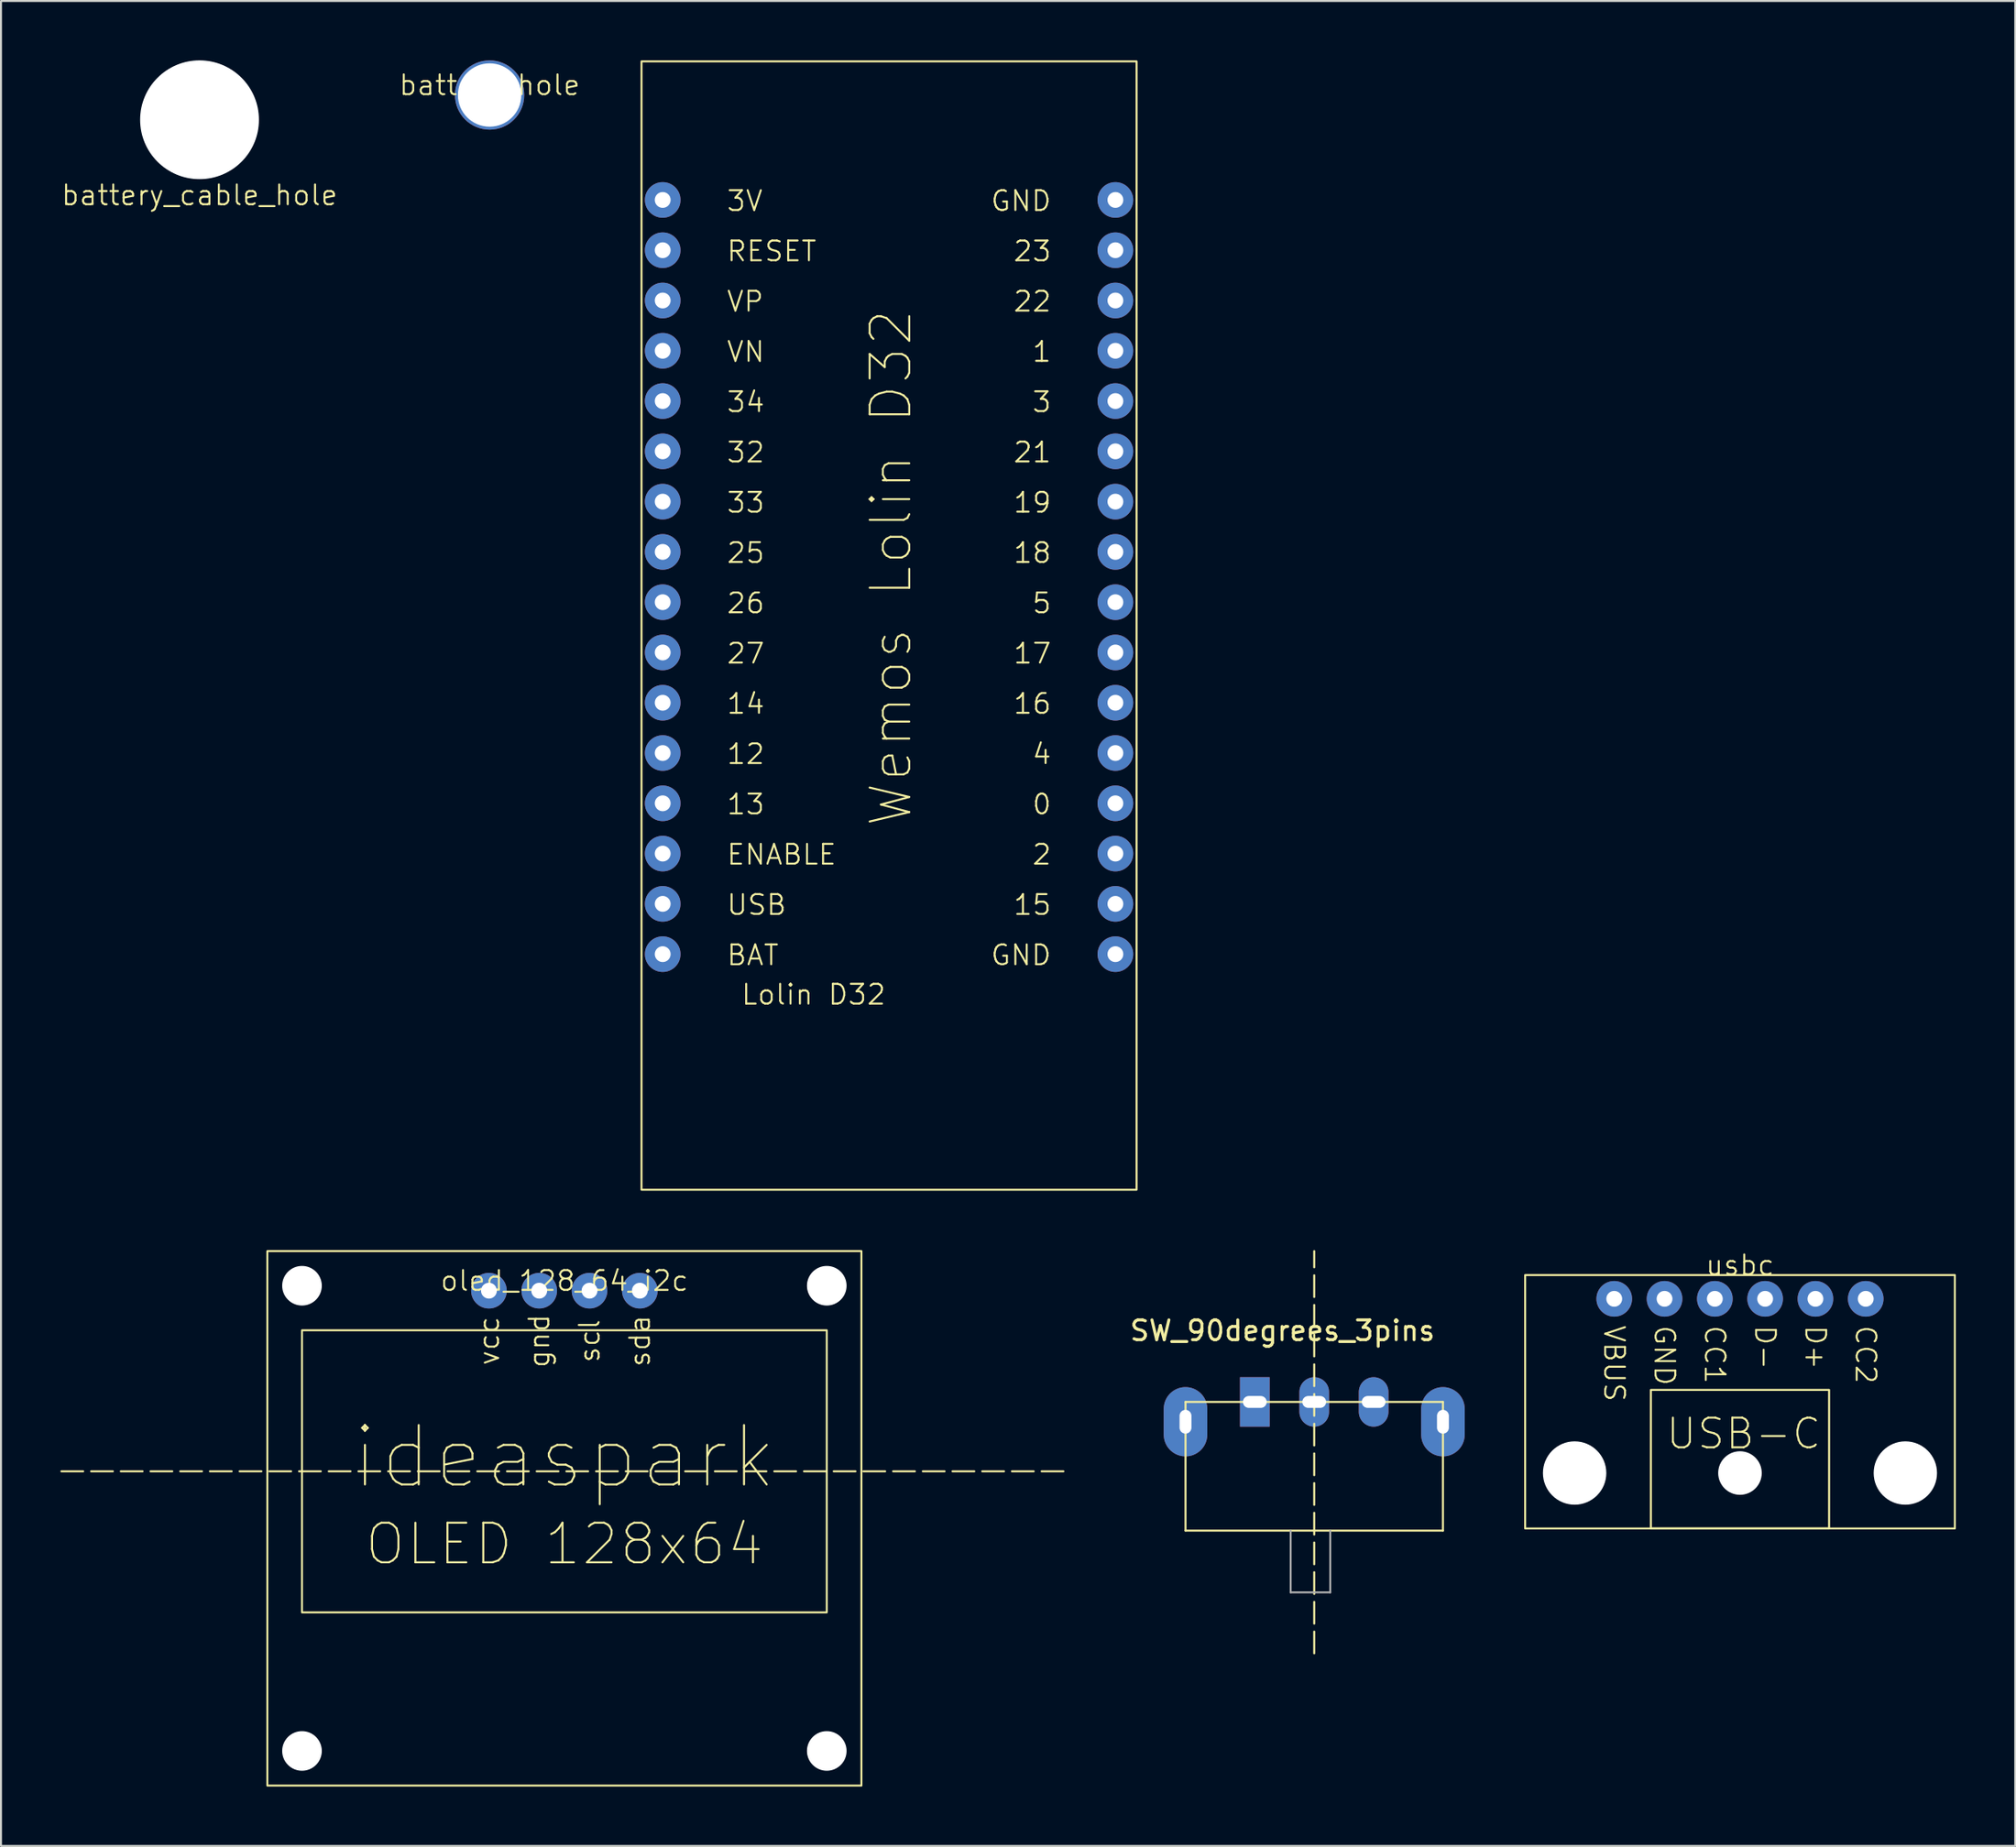
<source format=kicad_pcb>
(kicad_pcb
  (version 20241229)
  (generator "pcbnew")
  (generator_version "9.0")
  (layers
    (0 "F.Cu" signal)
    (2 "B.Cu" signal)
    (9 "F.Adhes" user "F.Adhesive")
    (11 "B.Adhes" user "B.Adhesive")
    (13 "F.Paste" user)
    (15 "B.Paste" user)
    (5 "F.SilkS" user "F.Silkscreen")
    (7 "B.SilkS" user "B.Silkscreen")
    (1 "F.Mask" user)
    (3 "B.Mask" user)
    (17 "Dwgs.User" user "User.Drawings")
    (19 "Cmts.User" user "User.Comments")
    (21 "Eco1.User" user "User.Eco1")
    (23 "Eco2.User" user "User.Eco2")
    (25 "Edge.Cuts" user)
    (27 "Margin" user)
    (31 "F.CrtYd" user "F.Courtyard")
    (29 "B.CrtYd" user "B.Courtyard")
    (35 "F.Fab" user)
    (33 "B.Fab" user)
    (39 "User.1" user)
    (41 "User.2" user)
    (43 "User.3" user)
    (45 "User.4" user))
  (footprint "battery_cable_hole"
    (layer "F.Cu")
    (at 7.026 3)
    (property "Reference" "battery_cable_hole" (at 0 3.81 0) (unlocked yes) (layer "F.SilkS") (effects (font (size 1 1) (thickness 0.1))))
    (attr smd)
    (pad "" np_thru_hole circle (at 0 0) (size 6 6) (drill 6) (layers "*.Cu" "*.Mask")))
  (footprint "SW_90degrees_3pins"
    (layer "F.Cu")
    (at 60.315 67.77)
    (property "Reference" "SW_90degrees_3pins" (at 1.4 -3.6 0) (layer "F.SilkS") (effects (font (size 1 1) (thickness 0.15))))
    (attr through_hole)
    (fp_line (start -3.5 0) (end -3.5 6.5) (stroke (width 0.1) (type solid)) (layer "F.SilkS"))
    (fp_line (start -3.5 0) (end 9.5 0) (stroke (width 0.1) (type solid)) (layer "F.SilkS"))
    (fp_line (start -3.5 6.5) (end 9.5 6.5) (stroke (width 0.1) (type solid)) (layer "F.SilkS"))
    (fp_line (start 3 12.7) (end 3 -7.62) (stroke (width 0.1) (type dash)) (layer "F.SilkS"))
    (fp_line (start 9.5 6.5) (end 9.5 0) (stroke (width 0.1) (type solid)) (layer "F.SilkS"))
    (fp_line (start 1.81 9.62) (end 1.81 6.5) (stroke (width 0.1) (type solid)) (layer "F.Fab"))
    (fp_line (start 3.81 6.5) (end 3.81 9.62) (stroke (width 0.1) (type solid)) (layer "F.Fab"))
    (fp_line (start 3.81 9.62) (end 1.81 9.62) (stroke (width 0.1) (type solid)) (layer "F.Fab"))
    (pad "" thru_hole oval (at -3.5 1) (size 2.2 3.5) (drill oval 0.6 1.2) (layers "*.Cu" "*.Mask"))
    (pad "" thru_hole oval (at 9.5 1) (size 2.2 3.5) (drill oval 0.6 1.2) (layers "*.Cu" "*.Mask"))
    (pad "1" thru_hole rect (at 0 0) (size 1.5 2.5) (drill oval 1.2 0.6) (layers "*.Cu" "*.Mask"))
    (pad "2" thru_hole oval (at 3 0) (size 1.5 2.5) (drill oval 1.2 0.6) (layers "*.Cu" "*.Mask"))
    (pad "3" thru_hole oval (at 6 0) (size 1.5 2.5) (drill oval 1.2 0.6) (layers "*.Cu" "*.Mask")))
  (footprint "Lolin D32"
    (layer "F.Cu")
    (at 38.035 47.69)
    (property "Reference" "Lolin D32" (at 0 -0.5 0) (unlocked yes) (layer "F.SilkS") (effects (font (size 1 1) (thickness 0.1))))
    (attr smd)
    (fp_rect (start -8.69 -47.64) (end 16.31 9.36) (stroke (width 0.1) (type solid)) (fill no) (layer "F.SilkS"))
    (fp_text user "4" (at 12.065 -12.065 0) (unlocked yes) (layer "F.SilkS") (effects (font (size 1 1) (thickness 0.1)) (justify right bottom)))
    (fp_text user "1" (at 12.065 -32.385 0) (unlocked yes) (layer "F.SilkS") (effects (font (size 1 1) (thickness 0.1)) (justify right bottom)))
    (fp_text user "15" (at 12.065 -4.445 0) (unlocked yes) (layer "F.SilkS") (effects (font (size 1 1) (thickness 0.1)) (justify right bottom)))
    (fp_text user "VP" (at -4.445 -34.925 0) (unlocked yes) (layer "F.SilkS") (effects (font (size 1 1) (thickness 0.1)) (justify left bottom)))
    (fp_text user "14" (at -4.445 -14.605 0) (unlocked yes) (layer "F.SilkS") (effects (font (size 1 1) (thickness 0.1)) (justify left bottom)))
    (fp_text user "13" (at -4.445 -9.525 0) (unlocked yes) (layer "F.SilkS") (effects (font (size 1 1) (thickness 0.1)) (justify left bottom)))
    (fp_text user "16" (at 12.065 -14.605 0) (unlocked yes) (layer "F.SilkS") (effects (font (size 1 1) (thickness 0.1)) (justify right bottom)))
    (fp_text user "33" (at -4.445 -24.765 0) (unlocked yes) (layer "F.SilkS") (effects (font (size 1 1) (thickness 0.1)) (justify left bottom)))
    (fp_text user "5" (at 12.065 -19.685 0) (unlocked yes) (layer "F.SilkS") (effects (font (size 1 1) (thickness 0.1)) (justify right bottom)))
    (fp_text user "21" (at 12.065 -27.305 0) (unlocked yes) (layer "F.SilkS") (effects (font (size 1 1) (thickness 0.1)) (justify right bottom)))
    (fp_text user "3V" (at -4.445 -40.005 0) (unlocked yes) (layer "F.SilkS") (effects (font (size 1 1) (thickness 0.1)) (justify left bottom)))
    (fp_text user "Wemos Lolin D32" (at 5.08 -8.89 90) (unlocked yes) (layer "F.SilkS") (effects (font (size 2 2) (thickness 0.1)) (justify left bottom)))
    (fp_text user "BAT" (at -4.445 -1.905 0) (unlocked yes) (layer "F.SilkS") (effects (font (size 1 1) (thickness 0.1)) (justify left bottom)))
    (fp_text user "18" (at 12.065 -22.225 0) (unlocked yes) (layer "F.SilkS") (effects (font (size 1 1) (thickness 0.1)) (justify right bottom)))
    (fp_text user "12" (at -4.445 -12.065 0) (unlocked yes) (layer "F.SilkS") (effects (font (size 1 1) (thickness 0.1)) (justify left bottom)))
    (fp_text user "25" (at -4.445 -22.225 0) (unlocked yes) (layer "F.SilkS") (effects (font (size 1 1) (thickness 0.1)) (justify left bottom)))
    (fp_text user "GND" (at 12.065 -1.905 0) (unlocked yes) (layer "F.SilkS") (effects (font (size 1 1) (thickness 0.1)) (justify right bottom)))
    (fp_text user "0" (at 12.065 -9.525 0) (unlocked yes) (layer "F.SilkS") (effects (font (size 1 1) (thickness 0.1)) (justify right bottom)))
    (fp_text user "27" (at -4.445 -17.145 0) (unlocked yes) (layer "F.SilkS") (effects (font (size 1 1) (thickness 0.1)) (justify left bottom)))
    (fp_text user "32" (at -4.445 -27.305 0) (unlocked yes) (layer "F.SilkS") (effects (font (size 1 1) (thickness 0.1)) (justify left bottom)))
    (fp_text user "17" (at 12.065 -17.145 0) (unlocked yes) (layer "F.SilkS") (effects (font (size 1 1) (thickness 0.1)) (justify right bottom)))
    (fp_text user "VN" (at -4.445 -32.385 0) (unlocked yes) (layer "F.SilkS") (effects (font (size 1 1) (thickness 0.1)) (justify left bottom)))
    (fp_text user "3" (at 12.065 -29.845 0) (unlocked yes) (layer "F.SilkS") (effects (font (size 1 1) (thickness 0.1)) (justify right bottom)))
    (fp_text user "23" (at 12.065 -37.465 0) (unlocked yes) (layer "F.SilkS") (effects (font (size 1 1) (thickness 0.1)) (justify right bottom)))
    (fp_text user "GND" (at 12.065 -40.005 0) (unlocked yes) (layer "F.SilkS") (effects (font (size 1 1) (thickness 0.1)) (justify right bottom)))
    (fp_text user "26" (at -4.445 -19.685 0) (unlocked yes) (layer "F.SilkS") (effects (font (size 1 1) (thickness 0.1)) (justify left bottom)))
    (fp_text user "19" (at 12.065 -24.765 0) (unlocked yes) (layer "F.SilkS") (effects (font (size 1 1) (thickness 0.1)) (justify right bottom)))
    (fp_text user "ENABLE" (at -4.445 -6.985 0) (unlocked yes) (layer "F.SilkS") (effects (font (size 1 1) (thickness 0.1)) (justify left bottom)))
    (fp_text user "USB" (at -4.445 -4.445 0) (unlocked yes) (layer "F.SilkS") (effects (font (size 1 1) (thickness 0.1)) (justify left bottom)))
    (fp_text user "2" (at 12.065 -6.985 0) (unlocked yes) (layer "F.SilkS") (effects (font (size 1 1) (thickness 0.1)) (justify right bottom)))
    (fp_text user "22" (at 12.065 -34.925 0) (unlocked yes) (layer "F.SilkS") (effects (font (size 1 1) (thickness 0.1)) (justify right bottom)))
    (fp_text user "34" (at -4.445 -29.845 0) (unlocked yes) (layer "F.SilkS") (effects (font (size 1 1) (thickness 0.1)) (justify left bottom)))
    (fp_text user "RESET" (at -4.445 -37.465 0) (unlocked yes) (layer "F.SilkS") (effects (font (size 1 1) (thickness 0.1)) (justify left bottom)))
    (pad "1" thru_hole circle (at -7.62 -40.64) (size 1.8 1.8) (drill 0.8) (layers "*.Cu" "*.Mask"))
    (pad "2" thru_hole circle (at -7.62 -38.1) (size 1.8 1.8) (drill 0.8) (layers "*.Cu" "*.Mask"))
    (pad "3" thru_hole circle (at -7.62 -35.56) (size 1.8 1.8) (drill 0.8) (layers "*.Cu" "*.Mask"))
    (pad "4" thru_hole circle (at -7.62 -33.02) (size 1.8 1.8) (drill 0.8) (layers "*.Cu" "*.Mask"))
    (pad "5" thru_hole circle (at -7.62 -30.48) (size 1.8 1.8) (drill 0.8) (layers "*.Cu" "*.Mask"))
    (pad "6" thru_hole circle (at -7.62 -27.94) (size 1.8 1.8) (drill 0.8) (layers "*.Cu" "*.Mask"))
    (pad "7" thru_hole circle (at -7.62 -25.4) (size 1.8 1.8) (drill 0.8) (layers "*.Cu" "*.Mask"))
    (pad "8" thru_hole circle (at -7.62 -22.86) (size 1.8 1.8) (drill 0.8) (layers "*.Cu" "*.Mask"))
    (pad "9" thru_hole circle (at -7.62 -20.32) (size 1.8 1.8) (drill 0.8) (layers "*.Cu" "*.Mask"))
    (pad "10" thru_hole circle (at -7.62 -17.78) (size 1.8 1.8) (drill 0.8) (layers "*.Cu" "*.Mask"))
    (pad "11" thru_hole circle (at -7.62 -15.24) (size 1.8 1.8) (drill 0.8) (layers "*.Cu" "*.Mask"))
    (pad "12" thru_hole circle (at -7.62 -12.7) (size 1.8 1.8) (drill 0.8) (layers "*.Cu" "*.Mask"))
    (pad "13" thru_hole circle (at -7.62 -10.16) (size 1.8 1.8) (drill 0.8) (layers "*.Cu" "*.Mask"))
    (pad "14" thru_hole circle (at -7.62 -7.62) (size 1.8 1.8) (drill 0.8) (layers "*.Cu" "*.Mask"))
    (pad "15" thru_hole circle (at -7.62 -5.08) (size 1.8 1.8) (drill 0.8) (layers "*.Cu" "*.Mask"))
    (pad "16" thru_hole circle (at -7.62 -2.54) (size 1.8 1.8) (drill 0.8) (layers "*.Cu" "*.Mask"))
    (pad "17" thru_hole circle (at 15.24 -40.64) (size 1.8 1.8) (drill 0.8) (layers "*.Cu" "*.Mask"))
    (pad "18" thru_hole circle (at 15.24 -38.1) (size 1.8 1.8) (drill 0.8) (layers "*.Cu" "*.Mask"))
    (pad "19" thru_hole circle (at 15.24 -35.56) (size 1.8 1.8) (drill 0.8) (layers "*.Cu" "*.Mask"))
    (pad "20" thru_hole circle (at 15.24 -33.02) (size 1.8 1.8) (drill 0.8) (layers "*.Cu" "*.Mask"))
    (pad "21" thru_hole circle (at 15.24 -30.48) (size 1.8 1.8) (drill 0.8) (layers "*.Cu" "*.Mask"))
    (pad "22" thru_hole circle (at 15.24 -27.94) (size 1.8 1.8) (drill 0.8) (layers "*.Cu" "*.Mask"))
    (pad "23" thru_hole circle (at 15.24 -25.4) (size 1.8 1.8) (drill 0.8) (layers "*.Cu" "*.Mask"))
    (pad "24" thru_hole circle (at 15.24 -22.86) (size 1.8 1.8) (drill 0.8) (layers "*.Cu" "*.Mask"))
    (pad "25" thru_hole circle (at 15.24 -20.32) (size 1.8 1.8) (drill 0.8) (layers "*.Cu" "*.Mask"))
    (pad "26" thru_hole circle (at 15.24 -17.78) (size 1.8 1.8) (drill 0.8) (layers "*.Cu" "*.Mask"))
    (pad "27" thru_hole circle (at 15.24 -15.24) (size 1.8 1.8) (drill 0.8) (layers "*.Cu" "*.Mask"))
    (pad "28" thru_hole circle (at 15.24 -12.7) (size 1.8 1.8) (drill 0.8) (layers "*.Cu" "*.Mask"))
    (pad "29" thru_hole circle (at 15.24 -10.16) (size 1.8 1.8) (drill 0.8) (layers "*.Cu" "*.Mask"))
    (pad "30" thru_hole circle (at 15.24 -7.62) (size 1.8 1.8) (drill 0.8) (layers "*.Cu" "*.Mask"))
    (pad "31" thru_hole circle (at 15.24 -5.08) (size 1.8 1.8) (drill 0.8) (layers "*.Cu" "*.Mask"))
    (pad "32" thru_hole circle (at 15.24 -2.54) (size 1.8 1.8) (drill 0.8) (layers "*.Cu" "*.Mask")))
  (footprint "usbc"
    (layer "F.Cu")
    (at 84.815 61.361)
    (property "Reference" "usbc" (at 0 -0.5 0) (unlocked yes) (layer "F.SilkS") (effects (font (size 1 1) (thickness 0.1))))
    (attr smd)
    (fp_rect (start -10.85 0) (end 10.85 12.8) (stroke (width 0.1) (type solid)) (fill no) (layer "F.SilkS"))
    (fp_rect (start -4.5 5.8) (end 4.5 12.8) (stroke (width 0.1) (type solid)) (fill no) (layer "F.SilkS"))
    (fp_text user "USB-C" (at -3.81 8.89 0) (unlocked yes) (layer "F.SilkS") (effects (font (size 1.5 1.5) (thickness 0.1)) (justify left bottom)))
    (fp_text user "GND" (at -3.81 2.47 270) (unlocked yes) (layer "F.SilkS") (effects (font (size 1 1) (thickness 0.1)) (justify left)))
    (fp_text user "VBUS" (at -6.35 2.47 270) (unlocked yes) (layer "F.SilkS") (effects (font (size 1 1) (thickness 0.1)) (justify left)))
    (fp_text user "CC1" (at -1.27 2.47 270) (unlocked yes) (layer "F.SilkS") (effects (font (size 1 1) (thickness 0.1)) (justify left)))
    (fp_text user "D+" (at 3.81 2.47 270) (unlocked yes) (layer "F.SilkS") (effects (font (size 1 1) (thickness 0.1)) (justify left)))
    (fp_text user "D-" (at 1.27 2.47 270) (unlocked yes) (layer "F.SilkS") (effects (font (size 1 1) (thickness 0.1)) (justify left)))
    (fp_text user "CC2" (at 6.35 2.47 270) (unlocked yes) (layer "F.SilkS") (effects (font (size 1 1) (thickness 0.1)) (justify left)))
    (pad "" np_thru_hole circle (at -8.35 10) (size 3.2 3.2) (drill 3.2) (layers "*.Cu" "*.Mask"))
    (pad "" np_thru_hole circle (at 0 10) (size 2.2 2.2) (drill 2.2) (layers "*.Cu" "*.Mask"))
    (pad "" np_thru_hole circle (at 8.35 10) (size 3.2 3.2) (drill 3.2) (layers "*.Cu" "*.Mask"))
    (pad "1" thru_hole circle (at -6.35 1.2) (size 1.8 1.8) (drill 0.8) (layers "*.Cu" "*.Mask"))
    (pad "2" thru_hole circle (at -3.81 1.2) (size 1.8 1.8) (drill 0.8) (layers "*.Cu" "*.Mask"))
    (pad "3" thru_hole circle (at -1.27 1.2) (size 1.8 1.8) (drill 0.8) (layers "*.Cu" "*.Mask"))
    (pad "4" thru_hole circle (at 1.27 1.2) (size 1.8 1.8) (drill 0.8) (layers "*.Cu" "*.Mask"))
    (pad "5" thru_hole circle (at 3.81 1.2) (size 1.8 1.8) (drill 0.8) (layers "*.Cu" "*.Mask"))
    (pad "6" thru_hole circle (at 6.35 1.2) (size 1.8 1.8) (drill 0.8) (layers "*.Cu" "*.Mask")))
  (footprint "oled_128_64_i2c"
    (layer "F.Cu")
    (at 25.45 62.15)
    (property "Reference" "oled_128_64_i2c" (at 0 -0.5 0) (unlocked yes) (layer "F.SilkS") (effects (font (size 1 1) (thickness 0.1))))
    (attr smd)
    (fp_line (start -25.4 9.125) (end 25.4 9.125) (stroke (width 0.1) (type dash)) (layer "F.SilkS"))
    (fp_rect (start -15 -2) (end 15 25) (stroke (width 0.1) (type solid)) (fill no) (layer "F.SilkS"))
    (fp_rect (start -13.25 2) (end 13.25 16.25) (stroke (width 0.1) (type solid)) (fill no) (layer "F.SilkS"))
    (fp_text user "gnd" (at -1.27 2.54 90) (unlocked yes) (layer "F.SilkS") (effects (font (size 1 1) (thickness 0.1))))
    (fp_text user "scl" (at 1.27 2.54 90) (unlocked yes) (layer "F.SilkS") (effects (font (size 1 1) (thickness 0.1))))
    (fp_text user "vcc" (at -3.81 2.54 90) (unlocked yes) (layer "F.SilkS") (effects (font (size 1 1) (thickness 0.1))))
    (fp_text user "sda" (at 3.81 2.54 90) (unlocked yes) (layer "F.SilkS") (effects (font (size 1 1) (thickness 0.1))))
    (fp_text user "ideaspark" (at 0 10.16 0) (unlocked yes) (layer "F.SilkS") (effects (font (size 3 3) (thickness 0.1)) (justify bottom)))
    (fp_text user "OLED 128x64" (at 0 13.97 0) (unlocked yes) (layer "F.SilkS") (effects (font (size 2 2) (thickness 0.1)) (justify bottom)))
    (pad "" np_thru_hole circle (at -13.25 -0.25) (size 2 2) (drill 2) (layers "*.Cu" "*.Mask"))
    (pad "" np_thru_hole circle (at -13.25 23.25) (size 2 2) (drill 2) (layers "*.Cu" "*.Mask"))
    (pad "" np_thru_hole circle (at 13.25 -0.25) (size 2 2) (drill 2) (layers "*.Cu" "*.Mask"))
    (pad "" np_thru_hole circle (at 13.25 23.25) (size 2 2) (drill 2) (layers "*.Cu" "*.Mask"))
    (pad "1" thru_hole circle (at -3.81 0) (size 1.8 1.8) (drill 0.8) (layers "*.Cu" "*.Mask"))
    (pad "2" thru_hole circle (at -1.27 0) (size 1.8 1.8) (drill 0.8) (layers "*.Cu" "*.Mask"))
    (pad "3" thru_hole circle (at 1.27 0) (size 1.8 1.8) (drill 0.8) (layers "*.Cu" "*.Mask"))
    (pad "4" thru_hole circle (at 3.81 0) (size 1.8 1.8) (drill 0.8) (layers "*.Cu" "*.Mask")))
  (footprint "battery_hole"
    (layer "F.Cu")
    (at 21.674 1.75)
    (property "Reference" "battery_hole" (at 0 -0.5 0) (unlocked yes) (layer "F.SilkS") (effects (font (size 1 1) (thickness 0.1))))
    (attr smd)
    (pad "" np_thru_hole circle (at 0 0) (size 3.5 3.5) (drill 3.2) (layers "*.Cu" "*.Mask")))
  (gr_rect
    (start -3 -3)
    (end 98.715 90.2)
    (stroke (width 0.1) (type default))
    (fill no)
    (layer "Edge.Cuts")))
</source>
